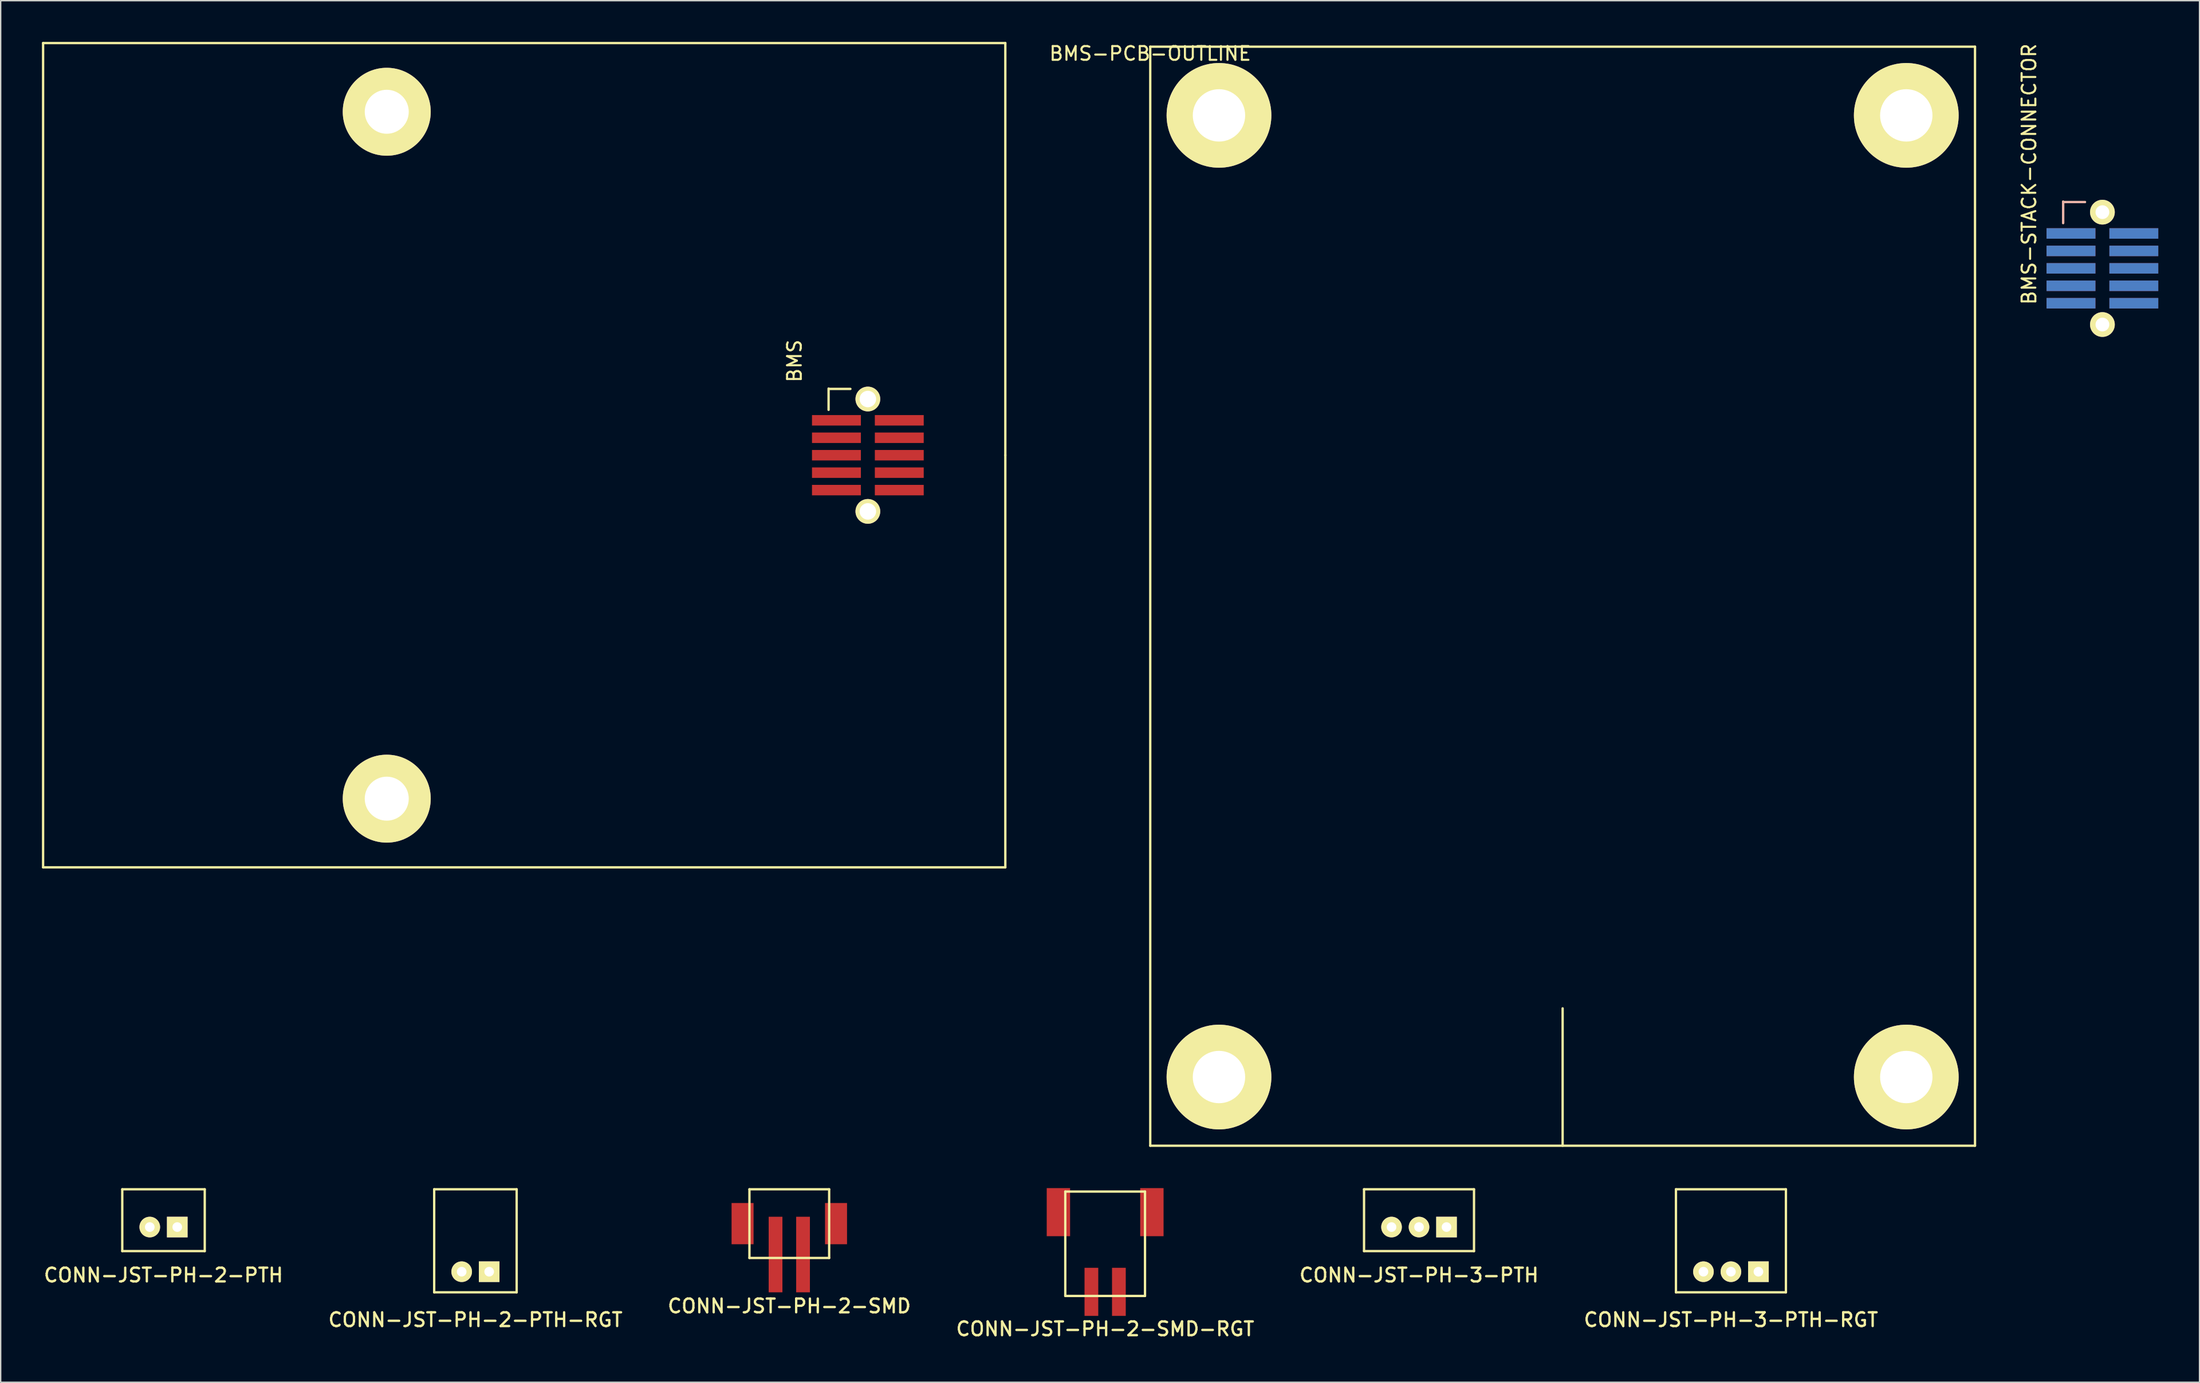
<source format=kicad_pcb>
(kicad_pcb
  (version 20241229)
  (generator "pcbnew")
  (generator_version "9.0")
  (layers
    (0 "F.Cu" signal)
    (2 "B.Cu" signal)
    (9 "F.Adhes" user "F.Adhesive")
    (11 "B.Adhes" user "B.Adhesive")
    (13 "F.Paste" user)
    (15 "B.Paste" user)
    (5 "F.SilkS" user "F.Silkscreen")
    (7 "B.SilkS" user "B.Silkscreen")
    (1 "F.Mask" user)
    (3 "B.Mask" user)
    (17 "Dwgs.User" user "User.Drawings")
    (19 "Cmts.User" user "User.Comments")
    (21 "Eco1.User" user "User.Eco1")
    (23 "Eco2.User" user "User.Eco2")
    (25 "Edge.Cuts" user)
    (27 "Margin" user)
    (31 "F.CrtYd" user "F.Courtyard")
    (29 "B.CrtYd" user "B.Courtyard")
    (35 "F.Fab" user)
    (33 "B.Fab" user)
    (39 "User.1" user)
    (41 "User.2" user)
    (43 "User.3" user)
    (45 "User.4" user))
  (footprint "CONN-JST-PH-3-PTH"
    (layer "F.Cu")
    (at 100.181 86.268)
    (property "Reference" "CONN-JST-PH-3-PTH" (at 0 3.5 0) (layer "F.SilkS") (effects (font (size 1 1) (thickness 0.17))))
    (attr through_hole)
    (fp_line (start -4 -2.75) (end 4 -2.75) (stroke (width 0.17) (type solid)) (layer "F.SilkS"))
    (fp_line (start -4 1.75) (end -4 -2.75) (stroke (width 0.17) (type solid)) (layer "F.SilkS"))
    (fp_line (start -4 1.75) (end 4 1.75) (stroke (width 0.17) (type solid)) (layer "F.SilkS"))
    (fp_line (start 4 1.75) (end 4 -2.75) (stroke (width 0.17) (type solid)) (layer "F.SilkS"))
    (pad "1" thru_hole rect (at 2 0) (size 1.5 1.5) (drill 0.7) (layers "*.Cu" "*.Mask" "F.SilkS"))
    (pad "2" thru_hole circle (at 0 0) (size 1.5 1.5) (drill 0.7) (layers "*.Cu" "*.Mask" "F.SilkS"))
    (pad "3" thru_hole circle (at -2 0) (size 1.5 1.5) (drill 0.7) (layers "*.Cu" "*.Mask" "F.SilkS")))
  (footprint "CONN-JST-PH-2-PTH"
    (layer "F.Cu")
    (at 8.845 86.268)
    (property "Reference" "CONN-JST-PH-2-PTH" (at 0 3.5 0) (layer "F.SilkS") (effects (font (size 1 1) (thickness 0.17))))
    (attr through_hole)
    (fp_line (start -3 -2.75) (end 3 -2.75) (stroke (width 0.17) (type solid)) (layer "F.SilkS"))
    (fp_line (start -3 1.75) (end -3 -2.75) (stroke (width 0.17) (type solid)) (layer "F.SilkS"))
    (fp_line (start -3 1.75) (end 3 1.75) (stroke (width 0.17) (type solid)) (layer "F.SilkS"))
    (fp_line (start 3 1.75) (end 3 -2.75) (stroke (width 0.17) (type solid)) (layer "F.SilkS"))
    (pad "1" thru_hole rect (at 1 0) (size 1.5 1.5) (drill 0.7) (layers "*.Cu" "*.Mask" "F.SilkS"))
    (pad "2" thru_hole circle (at -1 0) (size 1.5 1.5) (drill 0.7) (layers "*.Cu" "*.Mask" "F.SilkS")))
  (footprint "CONN-JST-PH-2-SMD-RGT"
    (layer "F.Cu")
    (at 77.347 83.683)
    (property "Reference" "CONN-JST-PH-2-SMD-RGT" (at 0 10 0) (layer "F.SilkS") (effects (font (size 1 1) (thickness 0.17))))
    (attr through_hole)
    (fp_line (start -2.9 0) (end -2.9 7.6) (stroke (width 0.17) (type solid)) (layer "F.SilkS"))
    (fp_line (start -2.9 0) (end 2.9 0) (stroke (width 0.17) (type solid)) (layer "F.SilkS"))
    (fp_line (start -2.9 7.6) (end 2.9 7.6) (stroke (width 0.17) (type solid)) (layer "F.SilkS"))
    (fp_line (start 2.9 0) (end 2.9 7.6) (stroke (width 0.17) (type solid)) (layer "F.SilkS"))
    (pad "1" smd rect (at 1 7.3) (size 1 3.5) (layers "F.Cu" "F.Mask" "F.Paste"))
    (pad "2" smd rect (at -1 7.3) (size 1 3.5) (layers "F.Cu" "F.Mask" "F.Paste"))
    (pad "M1" smd rect (at 3.4 1.5) (size 1.7 3.5) (layers "F.Cu" "F.Mask" "F.Paste"))
    (pad "M2" smd rect (at -3.4 1.5) (size 1.7 3.5) (layers "F.Cu" "F.Mask" "F.Paste")))
  (footprint "CONN-JST-PH-2-SMD"
    (layer "F.Cu")
    (at 54.37 91.018)
    (property "Reference" "CONN-JST-PH-2-SMD" (at 0 1 0) (layer "F.SilkS") (effects (font (size 1 1) (thickness 0.17))))
    (attr through_hole)
    (fp_line (start -2.9 -7.5) (end 2.9 -7.5) (stroke (width 0.17) (type solid)) (layer "F.SilkS"))
    (fp_line (start -2.9 -2.5) (end -2.9 -7.5) (stroke (width 0.17) (type solid)) (layer "F.SilkS"))
    (fp_line (start -2.9 -2.5) (end 2.9 -2.5) (stroke (width 0.17) (type solid)) (layer "F.SilkS"))
    (fp_line (start 2.9 -2.5) (end 2.9 -7.5) (stroke (width 0.17) (type solid)) (layer "F.SilkS"))
    (pad "1" smd rect (at -1 -2.75) (size 1 5.5) (layers "F.Cu" "F.Mask" "F.Paste"))
    (pad "2" smd rect (at 1 -2.75) (size 1 5.5) (layers "F.Cu" "F.Mask" "F.Paste"))
    (pad "M1" smd rect (at -3.4 -5) (size 1.6 3) (layers "F.Cu" "F.Mask" "F.Paste"))
    (pad "M2" smd rect (at 3.4 -5) (size 1.6 3) (layers "F.Cu" "F.Mask" "F.Paste")))
  (footprint "BMS-STACK-CONNECTOR"
    (layer "F.Cu")
    (at 149.896 16.483)
    (property "Reference" "BMS-STACK-CONNECTOR" (at -5.334 -6.858 90) (layer "F.SilkS") (effects (font (size 1 1) (thickness 0.15))))
    (attr through_hole)
    (fp_line (start -2.857 -4.852) (end -2.857 -3.302) (stroke (width 0.17) (type solid)) (layer "F.SilkS"))
    (fp_line (start -1.27 -4.826) (end -2.82 -4.826) (stroke (width 0.17) (type solid)) (layer "F.SilkS"))
    (fp_line (start -2.857 -4.852) (end -2.857 -3.302) (stroke (width 0.17) (type solid)) (layer "B.SilkS"))
    (fp_line (start -1.27 -4.826) (end -2.82 -4.826) (stroke (width 0.17) (type solid)) (layer "B.SilkS"))
    (pad "" np_thru_hole circle (at 0 -4.09) (size 1.8 1.8) (drill 1) (layers "*.Cu" "*.Mask" "F.SilkS"))
    (pad "" np_thru_hole circle (at 0 4.09) (size 1.8 1.8) (drill 1) (layers "*.Cu" "*.Mask" "F.SilkS"))
    (pad "B1" smd rect (at -2.286 -2.54) (size 3.556 0.762) (layers "B.Cu" "B.Mask" "B.Paste"))
    (pad "B2" smd rect (at 2.286 -2.54) (size 3.556 0.762) (layers "B.Cu" "B.Mask" "B.Paste"))
    (pad "B3" smd rect (at -2.286 -1.27) (size 3.556 0.762) (layers "B.Cu" "B.Mask" "B.Paste"))
    (pad "B4" smd rect (at 2.286 -1.27) (size 3.556 0.762) (layers "B.Cu" "B.Mask" "B.Paste"))
    (pad "B5" smd rect (at -2.286 0) (size 3.556 0.762) (layers "B.Cu" "B.Mask" "B.Paste"))
    (pad "B6" smd rect (at 2.286 0) (size 3.556 0.762) (layers "B.Cu" "B.Mask" "B.Paste"))
    (pad "B7" smd rect (at -2.286 1.27) (size 3.556 0.762) (layers "B.Cu" "B.Mask" "B.Paste"))
    (pad "B8" smd rect (at 2.286 1.27) (size 3.556 0.762) (layers "B.Cu" "B.Mask" "B.Paste"))
    (pad "B9" smd rect (at -2.286 2.54) (size 3.556 0.762) (layers "B.Cu" "B.Mask" "B.Paste"))
    (pad "B10" smd rect (at 2.286 2.54) (size 3.556 0.762) (layers "B.Cu" "B.Mask" "B.Paste"))
    (pad "T1" smd rect (at -2.286 -2.54) (size 3.556 0.762) (layers "F.Cu" "F.Mask" "F.Paste"))
    (pad "T2" smd rect (at 2.286 -2.54) (size 3.556 0.762) (layers "F.Cu" "F.Mask" "F.Paste"))
    (pad "T3" smd rect (at -2.286 -1.27) (size 3.556 0.762) (layers "F.Cu" "F.Mask" "F.Paste"))
    (pad "T4" smd rect (at 2.286 -1.27) (size 3.556 0.762) (layers "F.Cu" "F.Mask" "F.Paste"))
    (pad "T5" smd rect (at -2.286 0) (size 3.556 0.762) (layers "F.Cu" "F.Mask" "F.Paste"))
    (pad "T6" smd rect (at 2.286 0) (size 3.556 0.762) (layers "F.Cu" "F.Mask" "F.Paste"))
    (pad "T7" smd rect (at -2.286 1.27) (size 3.556 0.762) (layers "F.Cu" "F.Mask" "F.Paste"))
    (pad "T8" smd rect (at 2.286 1.27) (size 3.556 0.762) (layers "F.Cu" "F.Mask" "F.Paste"))
    (pad "T9" smd rect (at -2.286 2.54) (size 3.556 0.762) (layers "F.Cu" "F.Mask" "F.Paste"))
    (pad "T10" smd rect (at 2.286 2.54) (size 3.556 0.762) (layers "F.Cu" "F.Mask" "F.Paste")))
  (footprint "CONN-JST-PH-2-PTH-RGT"
    (layer "F.Cu")
    (at 31.536 89.518)
    (property "Reference" "CONN-JST-PH-2-PTH-RGT" (at 0 3.5 0) (layer "F.SilkS") (effects (font (size 1 1) (thickness 0.17))))
    (attr through_hole)
    (fp_line (start -3 -6) (end 3 -6) (stroke (width 0.17) (type solid)) (layer "F.SilkS"))
    (fp_line (start -3 1.5) (end -3 -6) (stroke (width 0.17) (type solid)) (layer "F.SilkS"))
    (fp_line (start -3 1.5) (end 3 1.5) (stroke (width 0.17) (type solid)) (layer "F.SilkS"))
    (fp_line (start 3 1.5) (end 3 -6) (stroke (width 0.17) (type solid)) (layer "F.SilkS"))
    (pad "1" thru_hole rect (at 1 0) (size 1.5 1.5) (drill 0.7) (layers "*.Cu" "*.Mask" "F.SilkS"))
    (pad "2" thru_hole circle (at -1 0) (size 1.5 1.5) (drill 0.7) (layers "*.Cu" "*.Mask" "F.SilkS")))
  (footprint "BMS"
    (layer "F.Cu")
    (at 60.085 30.085)
    (property "Reference" "BMS" (at -5.334 -6.858 90) (layer "F.SilkS") (effects (font (size 1 1) (thickness 0.15))))
    (attr through_hole)
    (fp_line (start -60 -30) (end -60 30) (stroke (width 0.17) (type solid)) (layer "F.SilkS"))
    (fp_line (start -60 30) (end 10 30) (stroke (width 0.17) (type solid)) (layer "F.SilkS"))
    (fp_line (start -2.857 -4.852) (end -2.857 -3.302) (stroke (width 0.17) (type solid)) (layer "F.SilkS"))
    (fp_line (start -1.27 -4.826) (end -2.82 -4.826) (stroke (width 0.17) (type solid)) (layer "F.SilkS"))
    (fp_line (start 10 -30) (end -60 -30) (stroke (width 0.17) (type solid)) (layer "F.SilkS"))
    (fp_line (start 10 0) (end 10 -30) (stroke (width 0.17) (type solid)) (layer "F.SilkS"))
    (fp_line (start 10 30) (end 10 0) (stroke (width 0.17) (type solid)) (layer "F.SilkS"))
    (pad "1" smd rect (at -2.286 -2.54) (size 3.556 0.762) (layers "F.Cu" "F.Mask" "F.Paste"))
    (pad "2" smd rect (at 2.286 -2.54) (size 3.556 0.762) (layers "F.Cu" "F.Mask" "F.Paste"))
    (pad "3" smd rect (at -2.286 -1.27) (size 3.556 0.762) (layers "F.Cu" "F.Mask" "F.Paste"))
    (pad "4" smd rect (at 2.286 -1.27) (size 3.556 0.762) (layers "F.Cu" "F.Mask" "F.Paste"))
    (pad "5" smd rect (at -2.286 0) (size 3.556 0.762) (layers "F.Cu" "F.Mask" "F.Paste"))
    (pad "6" smd rect (at 2.286 0) (size 3.556 0.762) (layers "F.Cu" "F.Mask" "F.Paste"))
    (pad "7" smd rect (at -2.286 1.27) (size 3.556 0.762) (layers "F.Cu" "F.Mask" "F.Paste"))
    (pad "8" smd rect (at 2.286 1.27) (size 3.556 0.762) (layers "F.Cu" "F.Mask" "F.Paste"))
    (pad "9" smd rect (at -2.286 2.54) (size 3.556 0.762) (layers "F.Cu" "F.Mask" "F.Paste"))
    (pad "10" smd rect (at 2.286 2.54) (size 3.556 0.762) (layers "F.Cu" "F.Mask" "F.Paste"))
    (pad "M1" thru_hole circle (at 0 -4.09) (size 1.8 1.8) (drill 1.2) (layers "*.Cu" "*.Mask" "F.SilkS"))
    (pad "M2" thru_hole circle (at 0 4.09) (size 1.8 1.8) (drill 1.2) (layers "*.Cu" "*.Mask" "F.SilkS"))
    (pad "M3" thru_hole circle (at -35 -25) (size 6.4 6.4) (drill 3.2) (layers "*.Cu" "*.Mask" "F.SilkS"))
    (pad "M4" thru_hole circle (at -35 25) (size 6.4 6.4) (drill 3.2) (layers "*.Cu" "*.Mask" "F.SilkS")))
  (footprint "CONN-JST-PH-3-PTH-RGT"
    (layer "F.Cu")
    (at 122.872 89.518)
    (property "Reference" "CONN-JST-PH-3-PTH-RGT" (at 0 3.5 0) (layer "F.SilkS") (effects (font (size 1 1) (thickness 0.17))))
    (attr through_hole)
    (fp_line (start -4 -6) (end 4 -6) (stroke (width 0.17) (type solid)) (layer "F.SilkS"))
    (fp_line (start -4 1.5) (end -4 -6) (stroke (width 0.17) (type solid)) (layer "F.SilkS"))
    (fp_line (start -4 1.5) (end 4 1.5) (stroke (width 0.17) (type solid)) (layer "F.SilkS"))
    (fp_line (start 4 1.5) (end 4 -6) (stroke (width 0.17) (type solid)) (layer "F.SilkS"))
    (pad "1" thru_hole rect (at 2 0) (size 1.5 1.5) (drill 0.7) (layers "*.Cu" "*.Mask" "F.SilkS"))
    (pad "2" thru_hole circle (at 0 0) (size 1.5 1.5) (drill 0.7) (layers "*.Cu" "*.Mask" "F.SilkS"))
    (pad "3" thru_hole circle (at -2 0) (size 1.5 1.5) (drill 0.7) (layers "*.Cu" "*.Mask" "F.SilkS")))
  (footprint "BMS-PCB-OUTLINE"
    (layer "F.Cu")
    (at 80.628 0.348)
    (property "Reference" "BMS-PCB-OUTLINE" (at 0 0.5 0) (layer "F.SilkS") (effects (font (size 1 1) (thickness 0.15))))
    (attr through_hole)
    (fp_line (start 0 80) (end 0 0) (stroke (width 0.17) (type solid)) (layer "F.SilkS"))
    (fp_line (start 0 80) (end 60 80) (stroke (width 0.17) (type solid)) (layer "F.SilkS"))
    (fp_line (start 30 80) (end 30 70) (stroke (width 0.17) (type solid)) (layer "F.SilkS"))
    (fp_line (start 60 0) (end 0 0) (stroke (width 0.17) (type solid)) (layer "F.SilkS"))
    (fp_line (start 60 0) (end 60 80) (stroke (width 0.17) (type solid)) (layer "F.SilkS"))
    (pad "M1" thru_hole circle (at 5 5) (size 7.62 7.62) (drill 3.81) (layers "*.Cu" "*.Mask" "F.SilkS"))
    (pad "M2" thru_hole circle (at 55 5) (size 7.62 7.62) (drill 3.81) (layers "*.Cu" "*.Mask" "F.SilkS"))
    (pad "M3" thru_hole circle (at 5 75) (size 7.62 7.62) (drill 3.81) (layers "*.Cu" "*.Mask" "F.SilkS"))
    (pad "M4" thru_hole circle (at 55 75) (size 7.62 7.62) (drill 3.81) (layers "*.Cu" "*.Mask" "F.SilkS")))
  (gr_rect
    (start -3 -3)
    (end 156.96 97.567)
    (stroke (width 0.1) (type default))
    (fill no)
    (layer "Edge.Cuts")))
</source>
